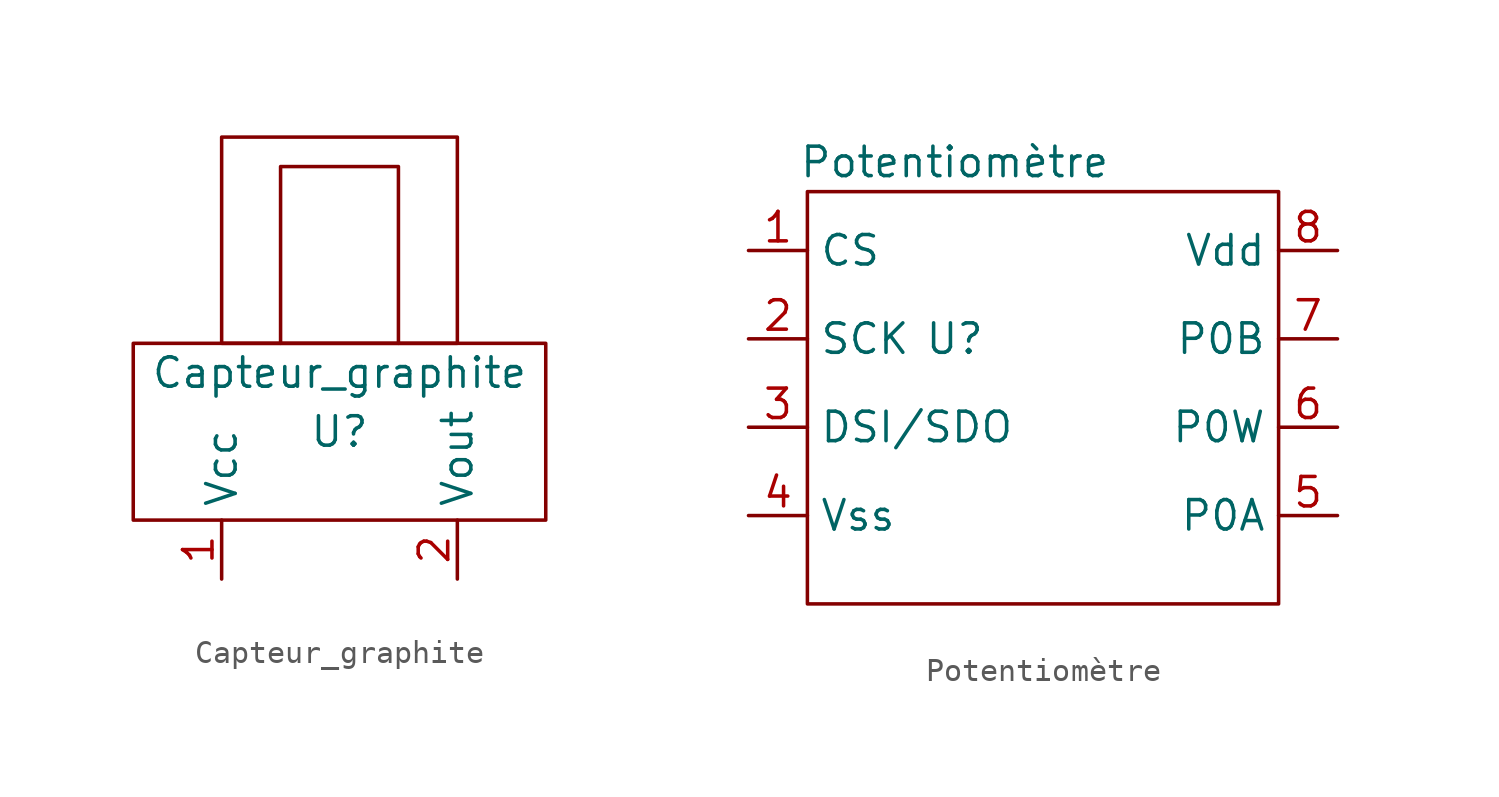
<source format=kicad_sym>
(kicad_symbol_lib
  (version 20211014)
  (generator kicad_symbol_editor)
  (symbol "Capteur_graphite"
    (property "Reference" "U"
      (at 0 2.54 0)
      (effects (font (size 1.27 1.27))))
    (property "Value" "Capteur_graphite"
      (at 0 5.08 0)
      (effects (font (size 1.27 1.27))))
    (symbol "Capteur_graphite_0_1"
      (rectangle (start -8.89 6.35) (end 8.89 -1.27) (stroke (width 0) (type default) (color 0 0 0 0)) (fill (type none)))
      (rectangle (start -5.08 15.24) (end 5.08 6.35) (stroke (width 0) (type default) (color 0 0 0 0)) (fill (type none)))
      (polyline (pts (xy -2.54 6.35) (xy -2.54 13.97) (xy 2.54 13.97) (xy 2.54 6.35)) (stroke (width 0) (type default) (color 0 0 0 0)) (fill (type none))))
    (symbol "Capteur_graphite_1_1"
      (pin bidirectional line (at -5.08 -3.81 90) (length 2.54) (name "Vcc" (effects (font (size 1.27 1.27)))) (number "1" (effects (font (size 1.27 1.27)))))
      (pin bidirectional line (at 5.08 -3.81 90) (length 2.54) (name "Vout" (effects (font (size 1.27 1.27)))) (number "2" (effects (font (size 1.27 1.27)))))))
  (symbol "Potentiomètre"
    (property "Reference" "U"
      (at 0 0 0)
      (effects (font (size 1.27 1.27))))
    (property "Value" "Potentiomètre"
      (at 0 7.62 0)
      (effects (font (size 1.27 1.27))))
    (symbol "Potentiomètre_0_1"
      (rectangle (start -6.35 6.35) (end 13.97 -11.43) (stroke (width 0) (type default) (color 0 0 0 0)) (fill (type none))))
    (symbol "Potentiomètre_1_1"
      (pin bidirectional line (at -8.89 3.81 0) (length 2.54) (name "CS" (effects (font (size 1.27 1.27)))) (number "1" (effects (font (size 1.27 1.27)))))
      (pin bidirectional line (at -8.89 0 0) (length 2.54) (name "SCK" (effects (font (size 1.27 1.27)))) (number "2" (effects (font (size 1.27 1.27)))))
      (pin bidirectional line (at -8.89 -3.81 0) (length 2.54) (name "DSI/SDO" (effects (font (size 1.27 1.27)))) (number "3" (effects (font (size 1.27 1.27)))))
      (pin bidirectional line (at -8.89 -7.62 0) (length 2.54) (name "Vss" (effects (font (size 1.27 1.27)))) (number "4" (effects (font (size 1.27 1.27)))))
      (pin bidirectional line (at 16.51 -7.62 180) (length 2.54) (name "P0A" (effects (font (size 1.27 1.27)))) (number "5" (effects (font (size 1.27 1.27)))))
      (pin bidirectional line (at 16.51 -3.81 180) (length 2.54) (name "P0W" (effects (font (size 1.27 1.27)))) (number "6" (effects (font (size 1.27 1.27)))))
      (pin bidirectional line (at 16.51 0 180) (length 2.54) (name "P0B" (effects (font (size 1.27 1.27)))) (number "7" (effects (font (size 1.27 1.27)))))
      (pin bidirectional line (at 16.51 3.81 180) (length 2.54) (name "Vdd" (effects (font (size 1.27 1.27)))) (number "8" (effects (font (size 1.27 1.27))))))))
</source>
